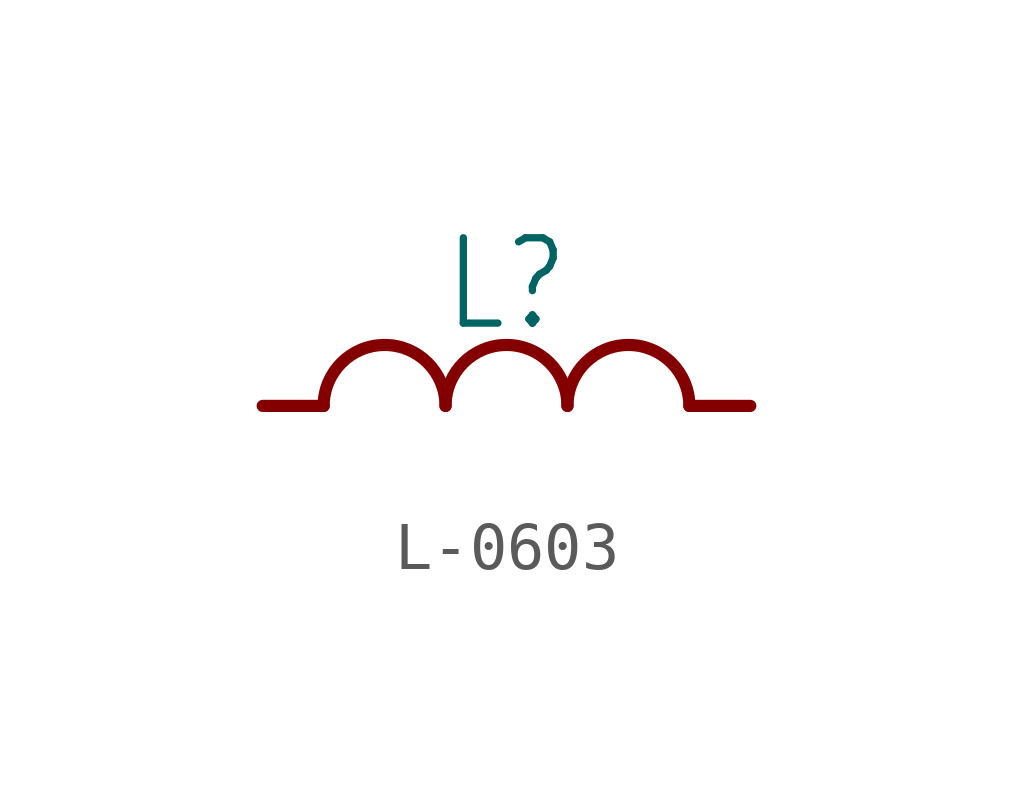
<source format=kicad_sym>
(kicad_symbol_lib
  (version 20231120)
  (generator "kicad_symbol_editor")
  (generator_version "8.0")
  (symbol "L-0603"
    (property "Reference" "L"
      (at 0 2.54 0)
      (effects (font (size 1.778 1.511))))
    (property "Value" ""
      (at 0 -1.27 0)
      (effects (font (size 1.778 1.511))))
    (property "ki_locked" ""
      (at 0 0 0)
      (effects (font (size 1.27 1.27))))
    (symbol "L-0603_1_0"
      (arc (start -1.27 0) (mid -2.54 1.27) (end -3.81 0) (stroke (width 0.254) (type solid)) (fill (type none)))
      (polyline (pts (xy -5.08 0) (xy -3.81 0)) (stroke (width 0.254) (type solid)) (fill (type none)))
      (polyline (pts (xy 3.81 0) (xy 5.08 0)) (stroke (width 0.254) (type solid)) (fill (type none)))
      (arc (start 1.27 0) (mid 0 1.27) (end -1.27 0) (stroke (width 0.254) (type solid)) (fill (type none)))
      (arc (start 3.81 0) (mid 2.54 1.27) (end 1.27 0) (stroke (width 0.254) (type solid)) (fill (type none)))
      (pin passive line (at -5.08 0 0) (length 0) (name "1" (effects (font (size 0 0)))) (number "1" (effects (font (size 0 0)))))
      (pin passive line (at 5.08 0 180) (length 0) (name "2" (effects (font (size 0 0)))) (number "2" (effects (font (size 0 0))))))))
</source>
